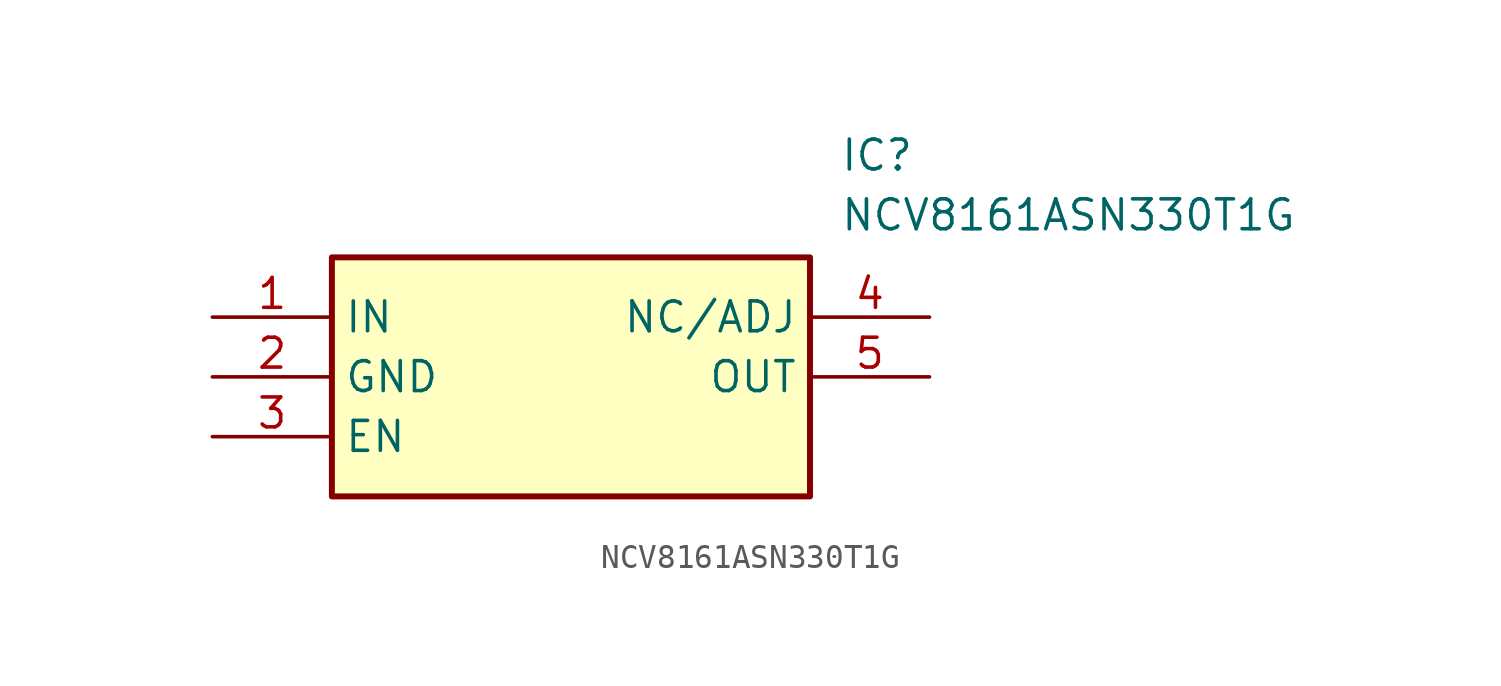
<source format=kicad_sym>
(kicad_symbol_lib
  (version 20211014)
  (generator SamacSys_ECAD_Model)
  (symbol "NCV8161ASN330T1G"
    (property "Reference" "IC"
      (at 26.67 7.62 0)
      (effects (font (size 1.27 1.27)) (justify left top)))
    (property "Value" "NCV8161ASN330T1G"
      (at 26.67 5.08 0)
      (effects (font (size 1.27 1.27)) (justify left top)))
    (rectangle
      (start 5.08 2.54)
      (end 25.4 -7.62)
      (stroke (width 0.254) (type default))
      (fill (type background)))
    (pin passive line
      (at 0 0 0)
      (length 5.08)
      (name "IN" (effects (font (size 1.27 1.27))))
      (number "1" (effects (font (size 1.27 1.27)))))
    (pin passive line
      (at 0 -2.54 0)
      (length 5.08)
      (name "GND" (effects (font (size 1.27 1.27))))
      (number "2" (effects (font (size 1.27 1.27)))))
    (pin passive line
      (at 0 -5.08 0)
      (length 5.08)
      (name "EN" (effects (font (size 1.27 1.27))))
      (number "3" (effects (font (size 1.27 1.27)))))
    (pin passive line
      (at 30.48 0 180)
      (length 5.08)
      (name "NC/ADJ" (effects (font (size 1.27 1.27))))
      (number "4" (effects (font (size 1.27 1.27)))))
    (pin passive line
      (at 30.48 -2.54 180)
      (length 5.08)
      (name "OUT" (effects (font (size 1.27 1.27))))
      (number "5" (effects (font (size 1.27 1.27)))))))
</source>
